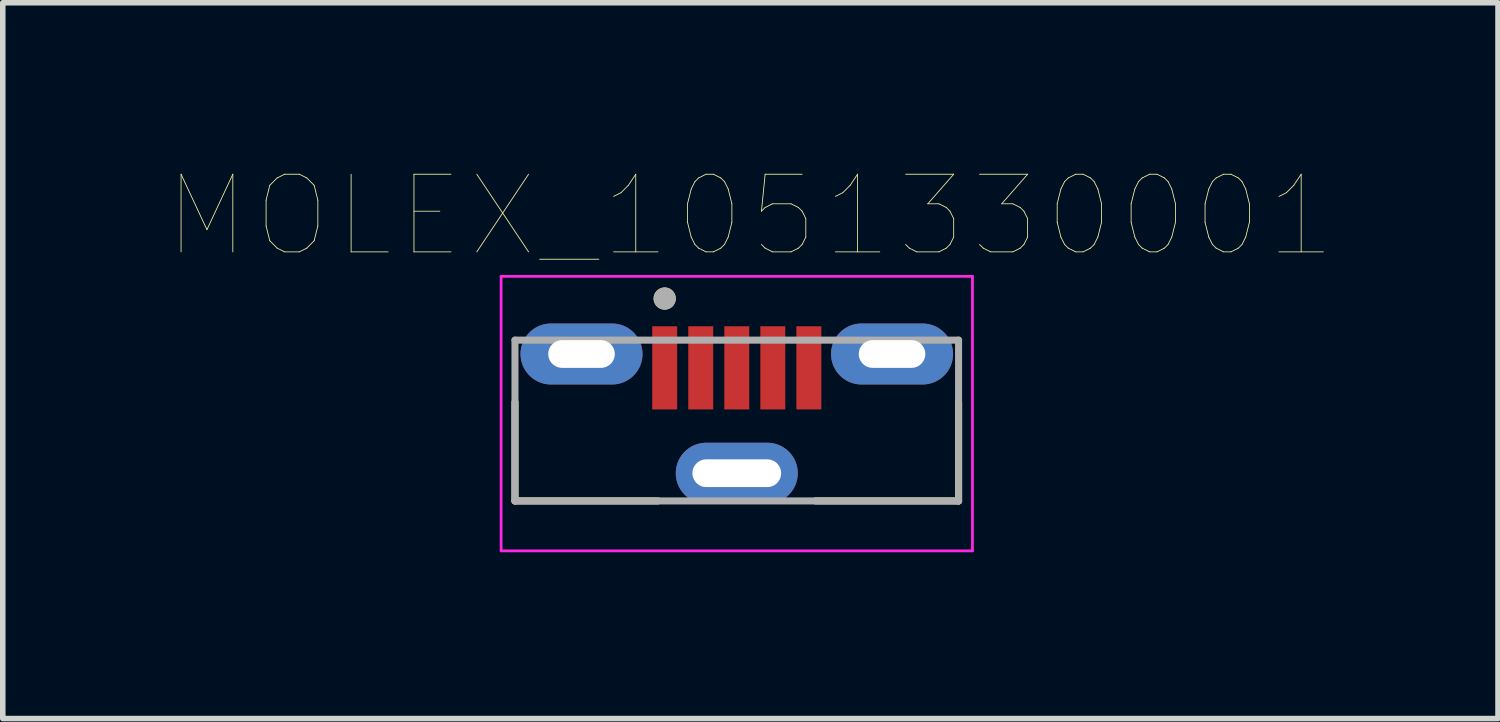
<source format=kicad_pcb>
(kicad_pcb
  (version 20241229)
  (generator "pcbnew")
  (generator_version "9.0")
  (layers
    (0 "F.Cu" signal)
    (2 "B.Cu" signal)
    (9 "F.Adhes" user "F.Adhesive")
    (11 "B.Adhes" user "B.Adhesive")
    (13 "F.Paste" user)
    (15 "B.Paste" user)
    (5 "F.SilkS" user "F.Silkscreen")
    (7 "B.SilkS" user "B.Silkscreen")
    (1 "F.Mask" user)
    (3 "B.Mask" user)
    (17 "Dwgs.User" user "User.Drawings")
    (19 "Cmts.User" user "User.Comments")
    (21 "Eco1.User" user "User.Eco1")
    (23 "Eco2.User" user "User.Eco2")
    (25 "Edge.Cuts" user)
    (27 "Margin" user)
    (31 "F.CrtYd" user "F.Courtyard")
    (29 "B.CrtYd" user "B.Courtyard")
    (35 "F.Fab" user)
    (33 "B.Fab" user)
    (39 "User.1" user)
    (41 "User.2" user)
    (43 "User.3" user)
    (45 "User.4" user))
  (footprint "MOLEX_1051330001"
    (layer "F.Cu")
    (at 10.237 3.334)
    (property "Reference" "MOLEX_1051330001" (at 0.245 -2.489 0) (layer "F.SilkS") (effects (font (size 1.4 1.4) (thickness 0.015))))
    (attr through_hole)
    (fp_line (start -4 0.87) (end -4 2.65) (stroke (width 0.127) (type solid)) (layer "F.SilkS"))
    (fp_line (start -4 2.65) (end -1.42 2.65) (stroke (width 0.127) (type solid)) (layer "F.SilkS"))
    (fp_line (start 4 0.87) (end 4 2.65) (stroke (width 0.127) (type solid)) (layer "F.SilkS"))
    (fp_line (start 4 2.65) (end 1.42 2.65) (stroke (width 0.127) (type solid)) (layer "F.SilkS"))
    (fp_circle (center -1.3 -1) (end -1.2 -1) (stroke (width 0.2) (type solid)) (fill no) (layer "F.SilkS"))
    (fp_line (start -4.25 -1.4) (end 4.25 -1.4) (stroke (width 0.05) (type solid)) (layer "F.CrtYd"))
    (fp_line (start -4.25 3.55) (end -4.25 -1.4) (stroke (width 0.05) (type solid)) (layer "F.CrtYd"))
    (fp_line (start 4.25 -1.4) (end 4.25 3.55) (stroke (width 0.05) (type solid)) (layer "F.CrtYd"))
    (fp_line (start 4.25 3.55) (end -4.25 3.55) (stroke (width 0.05) (type solid)) (layer "F.CrtYd"))
    (fp_line (start -4 -0.25) (end 4 -0.25) (stroke (width 0.127) (type solid)) (layer "F.Fab"))
    (fp_line (start -4 2.65) (end -4 -0.25) (stroke (width 0.127) (type solid)) (layer "F.Fab"))
    (fp_line (start 4 -0.25) (end 4 2.65) (stroke (width 0.127) (type solid)) (layer "F.Fab"))
    (fp_line (start 4 2.65) (end -4 2.65) (stroke (width 0.127) (type solid)) (layer "F.Fab"))
    (fp_circle (center -1.3 -1) (end -1.2 -1) (stroke (width 0.2) (type solid)) (fill no) (layer "F.Fab"))
    (pad "1" smd rect (at -1.3 0.25) (size 0.45 1.5) (layers "F.Cu" "F.Mask" "F.Paste"))
    (pad "2" smd rect (at -0.65 0.25) (size 0.45 1.5) (layers "F.Cu" "F.Mask" "F.Paste"))
    (pad "3" smd rect (at 0 0.25) (size 0.45 1.5) (layers "F.Cu" "F.Mask" "F.Paste"))
    (pad "4" smd rect (at 0.65 0.25) (size 0.45 1.5) (layers "F.Cu" "F.Mask" "F.Paste"))
    (pad "5" smd rect (at 1.3 0.25) (size 0.45 1.5) (layers "F.Cu" "F.Mask" "F.Paste"))
    (pad "S1" thru_hole oval (at -2.8 0) (size 2.2 1.1) (drill oval 1.2 0.5) (layers "*.Cu" "*.Mask"))
    (pad "S2" thru_hole oval (at 2.8 0) (size 2.2 1.1) (drill oval 1.2 0.5) (layers "*.Cu" "*.Mask"))
    (pad "S3" thru_hole oval (at 0 2.15) (size 2.2 1.1) (drill oval 1.6 0.5) (layers "*.Cu" "*.Mask")))
  (gr_rect
    (start -3 -3)
    (end 23.965 9.909)
    (stroke (width 0.1) (type default))
    (fill no)
    (layer "Edge.Cuts")))
</source>
